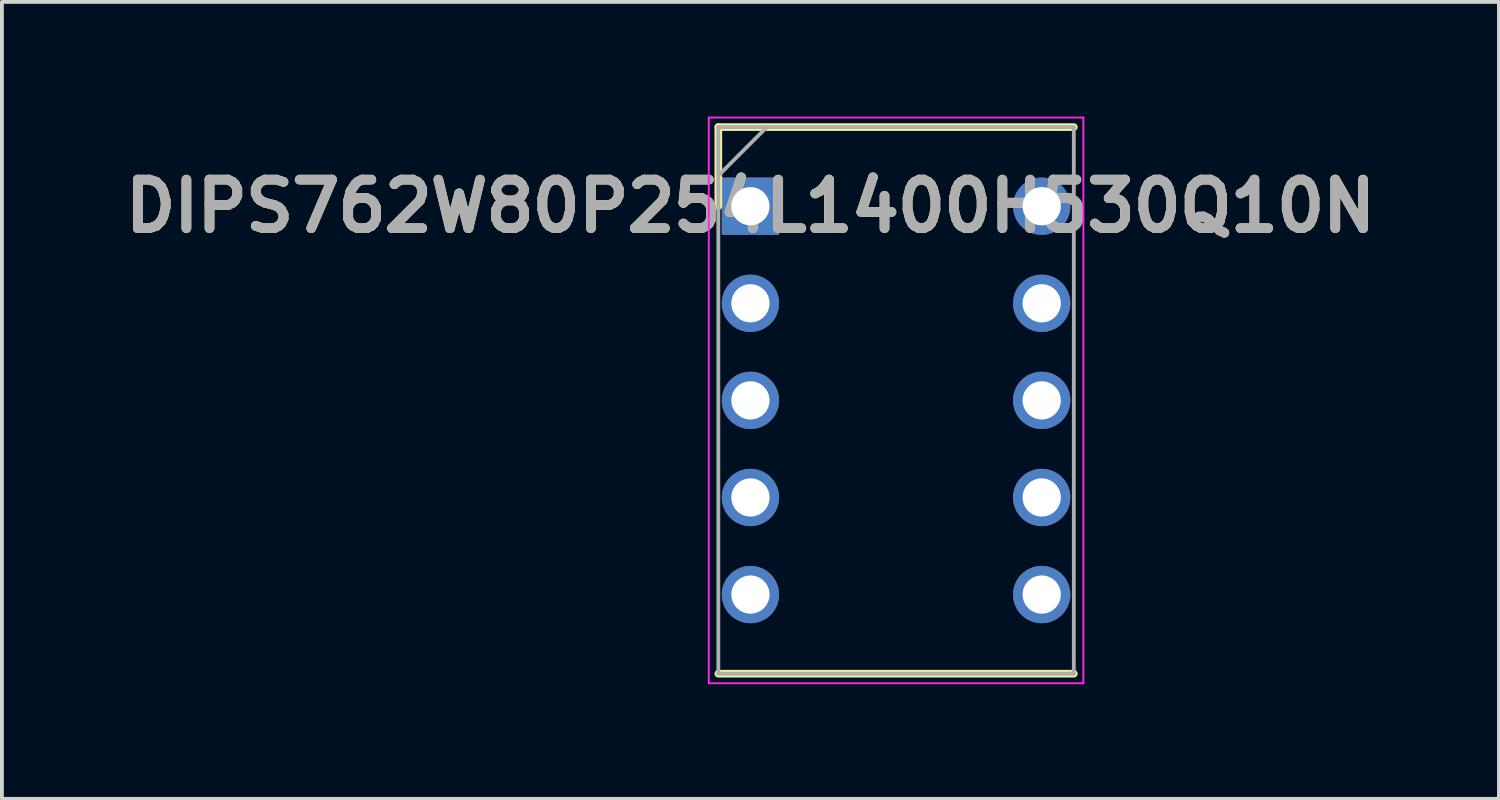
<source format=kicad_pcb>
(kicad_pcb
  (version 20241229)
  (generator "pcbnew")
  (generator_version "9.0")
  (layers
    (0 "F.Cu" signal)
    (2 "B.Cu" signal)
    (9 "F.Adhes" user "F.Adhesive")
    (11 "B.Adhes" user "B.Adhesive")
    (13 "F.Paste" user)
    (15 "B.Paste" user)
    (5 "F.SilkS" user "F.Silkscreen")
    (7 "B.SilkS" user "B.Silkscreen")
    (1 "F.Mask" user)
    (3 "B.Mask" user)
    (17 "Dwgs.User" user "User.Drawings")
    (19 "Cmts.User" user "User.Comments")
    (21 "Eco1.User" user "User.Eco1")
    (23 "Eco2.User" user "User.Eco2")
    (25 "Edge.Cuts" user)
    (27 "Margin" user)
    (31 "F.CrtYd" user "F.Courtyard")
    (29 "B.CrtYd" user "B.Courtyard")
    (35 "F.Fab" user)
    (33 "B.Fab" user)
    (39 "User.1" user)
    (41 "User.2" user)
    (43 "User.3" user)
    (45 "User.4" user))
  (footprint "DIPS762W80P254L1400H530Q10N"
    (layer "F.Cu")
    (at 16.583 2.345)
    (property "Reference" "DIPS762W80P254L1400H530Q10N" (at 0 0 0) (layer "F.SilkS") (effects (font (size 1.27 1.27) (thickness 0.254))))
    (attr through_hole)
    (fp_line (start -0.84 -2.07) (end -0.84 0) (stroke (width 0.2) (type solid)) (layer "F.SilkS"))
    (fp_line (start -0.84 12.23) (end 8.46 12.23) (stroke (width 0.2) (type solid)) (layer "F.SilkS"))
    (fp_line (start 8.46 -2.07) (end -0.84 -2.07) (stroke (width 0.2) (type solid)) (layer "F.SilkS"))
    (fp_line (start -1.09 -2.32) (end 8.71 -2.32) (stroke (width 0.05) (type solid)) (layer "F.CrtYd"))
    (fp_line (start -1.09 12.48) (end -1.09 -2.32) (stroke (width 0.05) (type solid)) (layer "F.CrtYd"))
    (fp_line (start 8.71 -2.32) (end 8.71 12.48) (stroke (width 0.05) (type solid)) (layer "F.CrtYd"))
    (fp_line (start 8.71 12.48) (end -1.09 12.48) (stroke (width 0.05) (type solid)) (layer "F.CrtYd"))
    (fp_line (start -0.84 -2.07) (end 8.46 -2.07) (stroke (width 0.1) (type solid)) (layer "F.Fab"))
    (fp_line (start -0.84 -0.8) (end 0.43 -2.07) (stroke (width 0.1) (type solid)) (layer "F.Fab"))
    (fp_line (start -0.84 12.23) (end -0.84 -2.07) (stroke (width 0.1) (type solid)) (layer "F.Fab"))
    (fp_line (start 8.46 -2.07) (end 8.46 12.23) (stroke (width 0.1) (type solid)) (layer "F.Fab"))
    (fp_line (start 8.46 12.23) (end -0.84 12.23) (stroke (width 0.1) (type solid)) (layer "F.Fab"))
    (fp_text user "${REFERENCE}" (at 0 0 0) (layer "F.Fab") (effects (font (size 1.27 1.27) (thickness 0.254))))
    (pad "1" thru_hole rect (at 0 0) (size 1.5 1.5) (drill 1) (layers "*.Cu" "*.Mask"))
    (pad "2" thru_hole circle (at 0 2.54) (size 1.5 1.5) (drill 1) (layers "*.Cu" "*.Mask"))
    (pad "3" thru_hole circle (at 0 5.08) (size 1.5 1.5) (drill 1) (layers "*.Cu" "*.Mask"))
    (pad "4" thru_hole circle (at 0 7.62) (size 1.5 1.5) (drill 1) (layers "*.Cu" "*.Mask"))
    (pad "5" thru_hole circle (at 0 10.16) (size 1.5 1.5) (drill 1) (layers "*.Cu" "*.Mask"))
    (pad "6" thru_hole circle (at 7.62 10.16) (size 1.5 1.5) (drill 1) (layers "*.Cu" "*.Mask"))
    (pad "7" thru_hole circle (at 7.62 7.62) (size 1.5 1.5) (drill 1) (layers "*.Cu" "*.Mask"))
    (pad "8" thru_hole circle (at 7.62 5.08) (size 1.5 1.5) (drill 1) (layers "*.Cu" "*.Mask"))
    (pad "9" thru_hole circle (at 7.62 2.54) (size 1.5 1.5) (drill 1) (layers "*.Cu" "*.Mask"))
    (pad "10" thru_hole circle (at 7.62 0) (size 1.5 1.5) (drill 1) (layers "*.Cu" "*.Mask")))
  (gr_rect
    (start -3 -3)
    (end 36.165 17.85)
    (stroke (width 0.1) (type default))
    (fill no)
    (layer "Edge.Cuts")))
</source>
